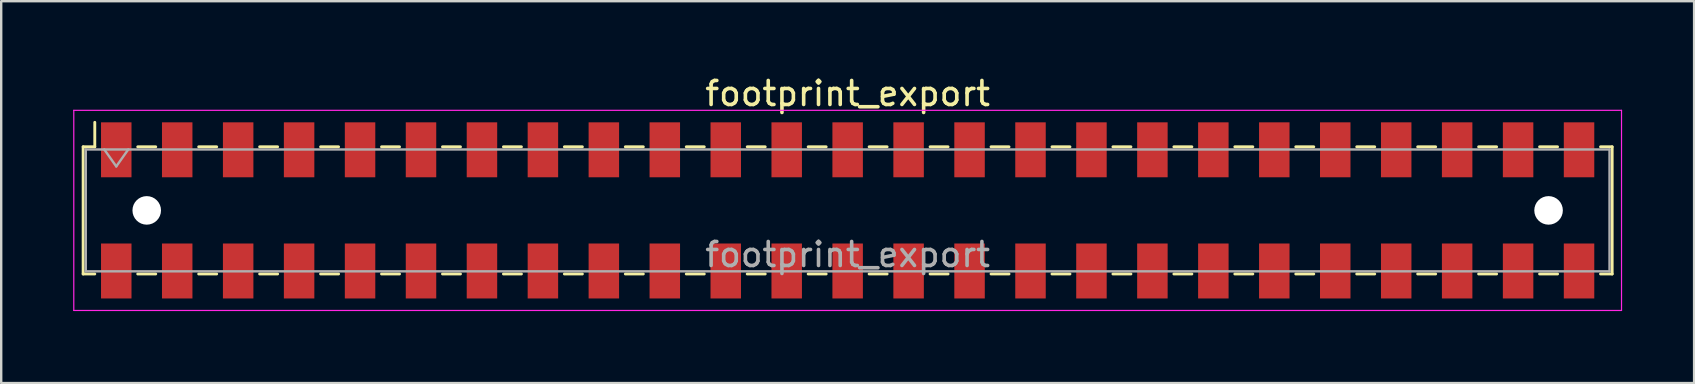
<source format=kicad_pcb>
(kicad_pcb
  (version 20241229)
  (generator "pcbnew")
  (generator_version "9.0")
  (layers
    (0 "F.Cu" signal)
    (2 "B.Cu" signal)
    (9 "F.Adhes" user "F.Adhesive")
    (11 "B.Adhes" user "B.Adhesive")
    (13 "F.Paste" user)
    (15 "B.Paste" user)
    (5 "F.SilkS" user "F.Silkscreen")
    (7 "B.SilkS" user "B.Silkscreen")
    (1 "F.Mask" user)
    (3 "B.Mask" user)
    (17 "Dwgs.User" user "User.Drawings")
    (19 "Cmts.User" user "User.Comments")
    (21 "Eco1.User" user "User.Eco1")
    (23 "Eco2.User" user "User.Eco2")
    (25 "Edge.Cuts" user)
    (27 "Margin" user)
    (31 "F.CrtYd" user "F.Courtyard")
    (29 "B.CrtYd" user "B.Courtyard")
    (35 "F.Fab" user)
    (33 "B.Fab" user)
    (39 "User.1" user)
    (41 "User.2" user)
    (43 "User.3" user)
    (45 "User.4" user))
  (footprint "footprint_export"
    (layer "F.Cu")
    (at 32.275 5.718)
    (property "Reference" "footprint_export" (at 0 -4.87 0) (layer "F.SilkS") (effects (font (size 1 1) (thickness 0.15))))
    (attr smd)
    (fp_line (start -31.86 -2.65) (end -31.86 2.65) (stroke (width 0.12) (type solid)) (layer "F.SilkS"))
    (fp_line (start -31.86 2.65) (end -31.375 2.65) (stroke (width 0.12) (type solid)) (layer "F.SilkS"))
    (fp_line (start -31.375 -3.67) (end -31.375 -2.65) (stroke (width 0.12) (type solid)) (layer "F.SilkS"))
    (fp_line (start -31.375 -2.65) (end -31.86 -2.65) (stroke (width 0.12) (type solid)) (layer "F.SilkS"))
    (fp_line (start -29.585 -2.65) (end -28.835 -2.65) (stroke (width 0.12) (type solid)) (layer "F.SilkS"))
    (fp_line (start -29.585 2.65) (end -28.835 2.65) (stroke (width 0.12) (type solid)) (layer "F.SilkS"))
    (fp_line (start -27.045 -2.65) (end -26.295 -2.65) (stroke (width 0.12) (type solid)) (layer "F.SilkS"))
    (fp_line (start -27.045 2.65) (end -26.295 2.65) (stroke (width 0.12) (type solid)) (layer "F.SilkS"))
    (fp_line (start -24.505 -2.65) (end -23.755 -2.65) (stroke (width 0.12) (type solid)) (layer "F.SilkS"))
    (fp_line (start -24.505 2.65) (end -23.755 2.65) (stroke (width 0.12) (type solid)) (layer "F.SilkS"))
    (fp_line (start -21.965 -2.65) (end -21.215 -2.65) (stroke (width 0.12) (type solid)) (layer "F.SilkS"))
    (fp_line (start -21.965 2.65) (end -21.215 2.65) (stroke (width 0.12) (type solid)) (layer "F.SilkS"))
    (fp_line (start -19.425 -2.65) (end -18.675 -2.65) (stroke (width 0.12) (type solid)) (layer "F.SilkS"))
    (fp_line (start -19.425 2.65) (end -18.675 2.65) (stroke (width 0.12) (type solid)) (layer "F.SilkS"))
    (fp_line (start -16.885 -2.65) (end -16.135 -2.65) (stroke (width 0.12) (type solid)) (layer "F.SilkS"))
    (fp_line (start -16.885 2.65) (end -16.135 2.65) (stroke (width 0.12) (type solid)) (layer "F.SilkS"))
    (fp_line (start -14.345 -2.65) (end -13.595 -2.65) (stroke (width 0.12) (type solid)) (layer "F.SilkS"))
    (fp_line (start -14.345 2.65) (end -13.595 2.65) (stroke (width 0.12) (type solid)) (layer "F.SilkS"))
    (fp_line (start -11.805 -2.65) (end -11.055 -2.65) (stroke (width 0.12) (type solid)) (layer "F.SilkS"))
    (fp_line (start -11.805 2.65) (end -11.055 2.65) (stroke (width 0.12) (type solid)) (layer "F.SilkS"))
    (fp_line (start -9.265 -2.65) (end -8.515 -2.65) (stroke (width 0.12) (type solid)) (layer "F.SilkS"))
    (fp_line (start -9.265 2.65) (end -8.515 2.65) (stroke (width 0.12) (type solid)) (layer "F.SilkS"))
    (fp_line (start -6.725 -2.65) (end -5.975 -2.65) (stroke (width 0.12) (type solid)) (layer "F.SilkS"))
    (fp_line (start -6.725 2.65) (end -5.975 2.65) (stroke (width 0.12) (type solid)) (layer "F.SilkS"))
    (fp_line (start -4.185 -2.65) (end -3.435 -2.65) (stroke (width 0.12) (type solid)) (layer "F.SilkS"))
    (fp_line (start -4.185 2.65) (end -3.435 2.65) (stroke (width 0.12) (type solid)) (layer "F.SilkS"))
    (fp_line (start -1.645 -2.65) (end -0.895 -2.65) (stroke (width 0.12) (type solid)) (layer "F.SilkS"))
    (fp_line (start -1.645 2.65) (end -0.895 2.65) (stroke (width 0.12) (type solid)) (layer "F.SilkS"))
    (fp_line (start 0.895 -2.65) (end 1.645 -2.65) (stroke (width 0.12) (type solid)) (layer "F.SilkS"))
    (fp_line (start 0.895 2.65) (end 1.645 2.65) (stroke (width 0.12) (type solid)) (layer "F.SilkS"))
    (fp_line (start 3.435 -2.65) (end 4.185 -2.65) (stroke (width 0.12) (type solid)) (layer "F.SilkS"))
    (fp_line (start 3.435 2.65) (end 4.185 2.65) (stroke (width 0.12) (type solid)) (layer "F.SilkS"))
    (fp_line (start 5.975 -2.65) (end 6.725 -2.65) (stroke (width 0.12) (type solid)) (layer "F.SilkS"))
    (fp_line (start 5.975 2.65) (end 6.725 2.65) (stroke (width 0.12) (type solid)) (layer "F.SilkS"))
    (fp_line (start 8.515 -2.65) (end 9.265 -2.65) (stroke (width 0.12) (type solid)) (layer "F.SilkS"))
    (fp_line (start 8.515 2.65) (end 9.265 2.65) (stroke (width 0.12) (type solid)) (layer "F.SilkS"))
    (fp_line (start 11.055 -2.65) (end 11.805 -2.65) (stroke (width 0.12) (type solid)) (layer "F.SilkS"))
    (fp_line (start 11.055 2.65) (end 11.805 2.65) (stroke (width 0.12) (type solid)) (layer "F.SilkS"))
    (fp_line (start 13.595 -2.65) (end 14.345 -2.65) (stroke (width 0.12) (type solid)) (layer "F.SilkS"))
    (fp_line (start 13.595 2.65) (end 14.345 2.65) (stroke (width 0.12) (type solid)) (layer "F.SilkS"))
    (fp_line (start 16.135 -2.65) (end 16.885 -2.65) (stroke (width 0.12) (type solid)) (layer "F.SilkS"))
    (fp_line (start 16.135 2.65) (end 16.885 2.65) (stroke (width 0.12) (type solid)) (layer "F.SilkS"))
    (fp_line (start 18.675 -2.65) (end 19.425 -2.65) (stroke (width 0.12) (type solid)) (layer "F.SilkS"))
    (fp_line (start 18.675 2.65) (end 19.425 2.65) (stroke (width 0.12) (type solid)) (layer "F.SilkS"))
    (fp_line (start 21.215 -2.65) (end 21.965 -2.65) (stroke (width 0.12) (type solid)) (layer "F.SilkS"))
    (fp_line (start 21.215 2.65) (end 21.965 2.65) (stroke (width 0.12) (type solid)) (layer "F.SilkS"))
    (fp_line (start 23.755 -2.65) (end 24.505 -2.65) (stroke (width 0.12) (type solid)) (layer "F.SilkS"))
    (fp_line (start 23.755 2.65) (end 24.505 2.65) (stroke (width 0.12) (type solid)) (layer "F.SilkS"))
    (fp_line (start 26.295 -2.65) (end 27.045 -2.65) (stroke (width 0.12) (type solid)) (layer "F.SilkS"))
    (fp_line (start 26.295 2.65) (end 27.045 2.65) (stroke (width 0.12) (type solid)) (layer "F.SilkS"))
    (fp_line (start 28.835 -2.65) (end 29.585 -2.65) (stroke (width 0.12) (type solid)) (layer "F.SilkS"))
    (fp_line (start 28.835 2.65) (end 29.585 2.65) (stroke (width 0.12) (type solid)) (layer "F.SilkS"))
    (fp_line (start 31.375 -2.65) (end 31.86 -2.65) (stroke (width 0.12) (type solid)) (layer "F.SilkS"))
    (fp_line (start 31.86 -2.65) (end 31.86 2.65) (stroke (width 0.12) (type solid)) (layer "F.SilkS"))
    (fp_line (start 31.86 2.65) (end 31.375 2.65) (stroke (width 0.12) (type solid)) (layer "F.SilkS"))
    (fp_line (start -32.25 -4.17) (end 32.25 -4.17) (stroke (width 0.05) (type solid)) (layer "F.CrtYd"))
    (fp_line (start -32.25 4.17) (end -32.25 -4.17) (stroke (width 0.05) (type solid)) (layer "F.CrtYd"))
    (fp_line (start 32.25 -4.17) (end 32.25 4.17) (stroke (width 0.05) (type solid)) (layer "F.CrtYd"))
    (fp_line (start 32.25 4.17) (end -32.25 4.17) (stroke (width 0.05) (type solid)) (layer "F.CrtYd"))
    (fp_line (start -31.75 -2.54) (end 31.75 -2.54) (stroke (width 0.1) (type solid)) (layer "F.Fab"))
    (fp_line (start -31.75 2.54) (end -31.75 -2.54) (stroke (width 0.1) (type solid)) (layer "F.Fab"))
    (fp_line (start -30.98 -2.54) (end -30.48 -1.833) (stroke (width 0.1) (type solid)) (layer "F.Fab"))
    (fp_line (start -30.48 -1.833) (end -29.98 -2.54) (stroke (width 0.1) (type solid)) (layer "F.Fab"))
    (fp_line (start 31.75 -2.54) (end 31.75 2.54) (stroke (width 0.1) (type solid)) (layer "F.Fab"))
    (fp_line (start 31.75 2.54) (end -31.75 2.54) (stroke (width 0.1) (type solid)) (layer "F.Fab"))
    (fp_text user "${REFERENCE}" (at 0 1.84 0) (layer "F.Fab") (effects (font (size 1 1) (thickness 0.15))))
    (pad "" np_thru_hole circle (at -29.21 0) (size 1.19 1.19) (drill 1.19) (layers "*.Cu" "*.Mask"))
    (pad "" np_thru_hole circle (at 29.21 0) (size 1.19 1.19) (drill 1.19) (layers "*.Cu" "*.Mask"))
    (pad "1" smd rect (at -30.48 -2.525) (size 1.27 2.29) (layers "F.Cu" "F.Mask" "F.Paste"))
    (pad "2" smd rect (at -30.48 2.525) (size 1.27 2.29) (layers "F.Cu" "F.Mask" "F.Paste"))
    (pad "3" smd rect (at -27.94 -2.525) (size 1.27 2.29) (layers "F.Cu" "F.Mask" "F.Paste"))
    (pad "4" smd rect (at -27.94 2.525) (size 1.27 2.29) (layers "F.Cu" "F.Mask" "F.Paste"))
    (pad "5" smd rect (at -25.4 -2.525) (size 1.27 2.29) (layers "F.Cu" "F.Mask" "F.Paste"))
    (pad "6" smd rect (at -25.4 2.525) (size 1.27 2.29) (layers "F.Cu" "F.Mask" "F.Paste"))
    (pad "7" smd rect (at -22.86 -2.525) (size 1.27 2.29) (layers "F.Cu" "F.Mask" "F.Paste"))
    (pad "8" smd rect (at -22.86 2.525) (size 1.27 2.29) (layers "F.Cu" "F.Mask" "F.Paste"))
    (pad "9" smd rect (at -20.32 -2.525) (size 1.27 2.29) (layers "F.Cu" "F.Mask" "F.Paste"))
    (pad "10" smd rect (at -20.32 2.525) (size 1.27 2.29) (layers "F.Cu" "F.Mask" "F.Paste"))
    (pad "11" smd rect (at -17.78 -2.525) (size 1.27 2.29) (layers "F.Cu" "F.Mask" "F.Paste"))
    (pad "12" smd rect (at -17.78 2.525) (size 1.27 2.29) (layers "F.Cu" "F.Mask" "F.Paste"))
    (pad "13" smd rect (at -15.24 -2.525) (size 1.27 2.29) (layers "F.Cu" "F.Mask" "F.Paste"))
    (pad "14" smd rect (at -15.24 2.525) (size 1.27 2.29) (layers "F.Cu" "F.Mask" "F.Paste"))
    (pad "15" smd rect (at -12.7 -2.525) (size 1.27 2.29) (layers "F.Cu" "F.Mask" "F.Paste"))
    (pad "16" smd rect (at -12.7 2.525) (size 1.27 2.29) (layers "F.Cu" "F.Mask" "F.Paste"))
    (pad "17" smd rect (at -10.16 -2.525) (size 1.27 2.29) (layers "F.Cu" "F.Mask" "F.Paste"))
    (pad "18" smd rect (at -10.16 2.525) (size 1.27 2.29) (layers "F.Cu" "F.Mask" "F.Paste"))
    (pad "19" smd rect (at -7.62 -2.525) (size 1.27 2.29) (layers "F.Cu" "F.Mask" "F.Paste"))
    (pad "20" smd rect (at -7.62 2.525) (size 1.27 2.29) (layers "F.Cu" "F.Mask" "F.Paste"))
    (pad "21" smd rect (at -5.08 -2.525) (size 1.27 2.29) (layers "F.Cu" "F.Mask" "F.Paste"))
    (pad "22" smd rect (at -5.08 2.525) (size 1.27 2.29) (layers "F.Cu" "F.Mask" "F.Paste"))
    (pad "23" smd rect (at -2.54 -2.525) (size 1.27 2.29) (layers "F.Cu" "F.Mask" "F.Paste"))
    (pad "24" smd rect (at -2.54 2.525) (size 1.27 2.29) (layers "F.Cu" "F.Mask" "F.Paste"))
    (pad "25" smd rect (at 0 -2.525) (size 1.27 2.29) (layers "F.Cu" "F.Mask" "F.Paste"))
    (pad "26" smd rect (at 0 2.525) (size 1.27 2.29) (layers "F.Cu" "F.Mask" "F.Paste"))
    (pad "27" smd rect (at 2.54 -2.525) (size 1.27 2.29) (layers "F.Cu" "F.Mask" "F.Paste"))
    (pad "28" smd rect (at 2.54 2.525) (size 1.27 2.29) (layers "F.Cu" "F.Mask" "F.Paste"))
    (pad "29" smd rect (at 5.08 -2.525) (size 1.27 2.29) (layers "F.Cu" "F.Mask" "F.Paste"))
    (pad "30" smd rect (at 5.08 2.525) (size 1.27 2.29) (layers "F.Cu" "F.Mask" "F.Paste"))
    (pad "31" smd rect (at 7.62 -2.525) (size 1.27 2.29) (layers "F.Cu" "F.Mask" "F.Paste"))
    (pad "32" smd rect (at 7.62 2.525) (size 1.27 2.29) (layers "F.Cu" "F.Mask" "F.Paste"))
    (pad "33" smd rect (at 10.16 -2.525) (size 1.27 2.29) (layers "F.Cu" "F.Mask" "F.Paste"))
    (pad "34" smd rect (at 10.16 2.525) (size 1.27 2.29) (layers "F.Cu" "F.Mask" "F.Paste"))
    (pad "35" smd rect (at 12.7 -2.525) (size 1.27 2.29) (layers "F.Cu" "F.Mask" "F.Paste"))
    (pad "36" smd rect (at 12.7 2.525) (size 1.27 2.29) (layers "F.Cu" "F.Mask" "F.Paste"))
    (pad "37" smd rect (at 15.24 -2.525) (size 1.27 2.29) (layers "F.Cu" "F.Mask" "F.Paste"))
    (pad "38" smd rect (at 15.24 2.525) (size 1.27 2.29) (layers "F.Cu" "F.Mask" "F.Paste"))
    (pad "39" smd rect (at 17.78 -2.525) (size 1.27 2.29) (layers "F.Cu" "F.Mask" "F.Paste"))
    (pad "40" smd rect (at 17.78 2.525) (size 1.27 2.29) (layers "F.Cu" "F.Mask" "F.Paste"))
    (pad "41" smd rect (at 20.32 -2.525) (size 1.27 2.29) (layers "F.Cu" "F.Mask" "F.Paste"))
    (pad "42" smd rect (at 20.32 2.525) (size 1.27 2.29) (layers "F.Cu" "F.Mask" "F.Paste"))
    (pad "43" smd rect (at 22.86 -2.525) (size 1.27 2.29) (layers "F.Cu" "F.Mask" "F.Paste"))
    (pad "44" smd rect (at 22.86 2.525) (size 1.27 2.29) (layers "F.Cu" "F.Mask" "F.Paste"))
    (pad "45" smd rect (at 25.4 -2.525) (size 1.27 2.29) (layers "F.Cu" "F.Mask" "F.Paste"))
    (pad "46" smd rect (at 25.4 2.525) (size 1.27 2.29) (layers "F.Cu" "F.Mask" "F.Paste"))
    (pad "47" smd rect (at 27.94 -2.525) (size 1.27 2.29) (layers "F.Cu" "F.Mask" "F.Paste"))
    (pad "48" smd rect (at 27.94 2.525) (size 1.27 2.29) (layers "F.Cu" "F.Mask" "F.Paste"))
    (pad "49" smd rect (at 30.48 -2.525) (size 1.27 2.29) (layers "F.Cu" "F.Mask" "F.Paste"))
    (pad "50" smd rect (at 30.48 2.525) (size 1.27 2.29) (layers "F.Cu" "F.Mask" "F.Paste")))
  (gr_rect
    (start -3 -3)
    (end 67.55 12.913)
    (stroke (width 0.1) (type default))
    (fill no)
    (layer "Edge.Cuts")))
</source>
